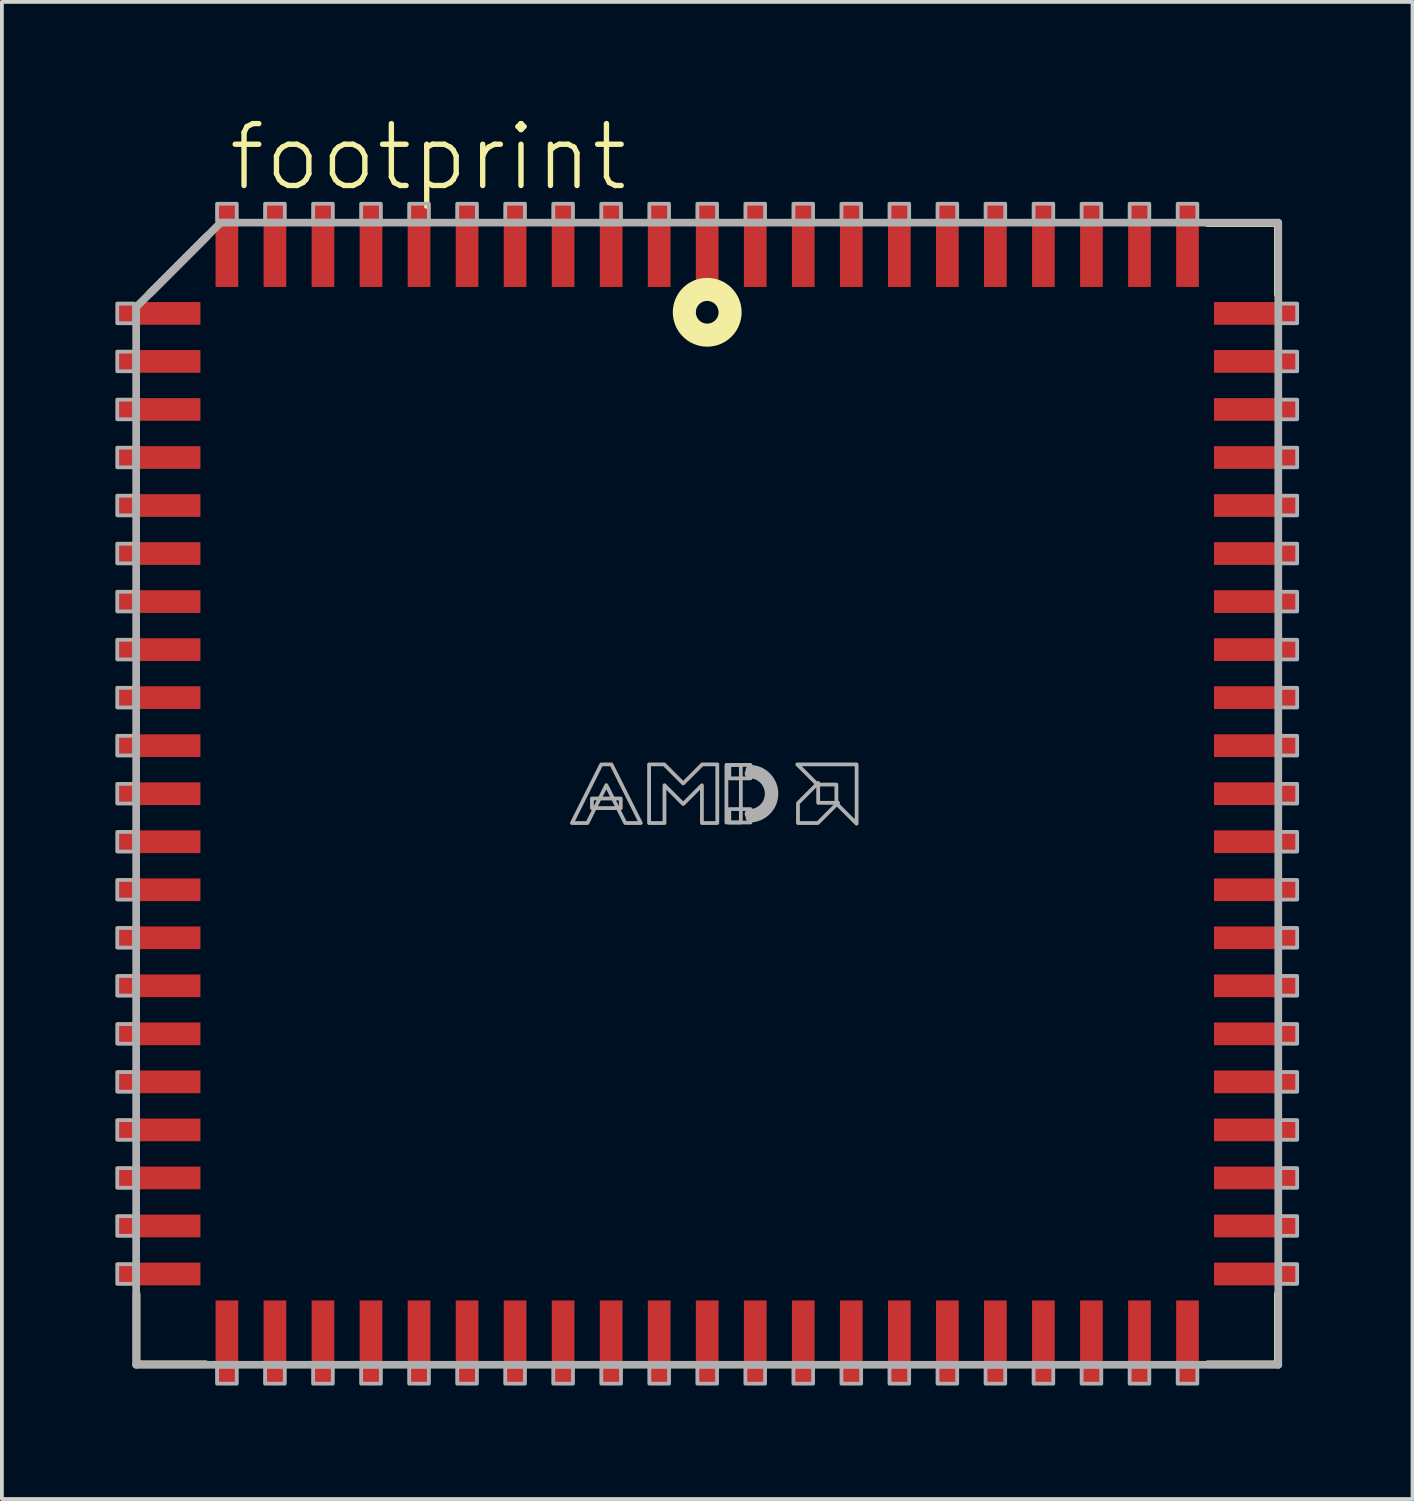
<source format=kicad_pcb>
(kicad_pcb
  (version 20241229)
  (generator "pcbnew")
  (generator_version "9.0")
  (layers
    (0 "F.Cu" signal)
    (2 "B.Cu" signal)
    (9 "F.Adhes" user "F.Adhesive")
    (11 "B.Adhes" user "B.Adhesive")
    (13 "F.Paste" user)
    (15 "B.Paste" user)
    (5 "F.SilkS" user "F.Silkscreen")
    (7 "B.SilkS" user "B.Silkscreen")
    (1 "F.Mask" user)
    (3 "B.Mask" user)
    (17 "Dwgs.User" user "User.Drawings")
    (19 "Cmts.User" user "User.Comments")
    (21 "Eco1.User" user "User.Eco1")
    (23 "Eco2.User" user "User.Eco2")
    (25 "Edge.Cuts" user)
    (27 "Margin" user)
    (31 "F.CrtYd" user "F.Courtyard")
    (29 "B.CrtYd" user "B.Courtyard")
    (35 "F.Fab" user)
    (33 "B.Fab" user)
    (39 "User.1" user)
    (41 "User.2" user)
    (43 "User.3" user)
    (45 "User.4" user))
  (footprint "footprint"
    (layer "F.Cu")
    (at 15.65 17.937)
    (property "Reference" "footprint" (at -12.73 -15.875 0) (layer "F.SilkS") (effects (font (size 1.636 1.636) (thickness 0.142)) (justify left bottom)))
    (fp_line (start -15.088 13.233) (end -15.088 15.088) (stroke (width 0.203) (type solid)) (layer "F.SilkS"))
    (fp_line (start -15.088 15.088) (end -13.259 15.088) (stroke (width 0.203) (type solid)) (layer "F.SilkS"))
    (fp_line (start -14.732 -13.233) (end -13.233 -14.732) (stroke (width 0.203) (type solid)) (layer "F.SilkS"))
    (fp_line (start 15.088 -15.088) (end 13.233 -15.088) (stroke (width 0.203) (type solid)) (layer "F.SilkS"))
    (fp_line (start 15.088 -13.208) (end 15.088 -15.088) (stroke (width 0.203) (type solid)) (layer "F.SilkS"))
    (fp_line (start 15.088 13.233) (end 15.088 15.088) (stroke (width 0.203) (type solid)) (layer "F.SilkS"))
    (fp_line (start 15.088 15.088) (end 13.233 15.088) (stroke (width 0.203) (type solid)) (layer "F.SilkS"))
    (fp_circle (center 0 -12.73) (end 0.3 -12.73) (stroke (width 0.61) (type solid)) (fill no) (layer "F.SilkS"))
    (fp_line (start -15.1 -12.865) (end -15.1 15.1) (stroke (width 0.203) (type solid)) (layer "F.Fab"))
    (fp_line (start -15.1 15.1) (end 15.1 15.1) (stroke (width 0.203) (type solid)) (layer "F.Fab"))
    (fp_line (start -12.865 -15.1) (end -15.1 -12.865) (stroke (width 0.203) (type solid)) (layer "F.Fab"))
    (fp_line (start 15.1 -15.1) (end -12.865 -15.1) (stroke (width 0.203) (type solid)) (layer "F.Fab"))
    (fp_line (start 15.1 15.1) (end 15.1 -15.1) (stroke (width 0.203) (type solid)) (layer "F.Fab"))
    (fp_arc (start 1.1176 -0.7366) (mid 1.8542 0) (end 1.1176 0.7366) (stroke (width 0.0508) (type solid)) (layer "F.Fab"))
    (fp_arc (start 1.1176 -0.635) (mid 1.7526 0) (end 1.1176 0.635) (stroke (width 0.2032) (type solid)) (layer "F.Fab"))
    (fp_arc (start 1.1176 -0.5334) (mid 1.651 0) (end 1.1176 0.5334) (stroke (width 0.254) (type solid)) (layer "F.Fab"))
    (fp_poly (pts (xy -15.6 -12.44) (xy -15.15 -12.44) (xy -15.15 -12.96) (xy -15.6 -12.96)) (stroke (width 0.1) (type solid)) (fill no) (layer "F.Fab"))
    (fp_poly (pts (xy -15.6 -11.17) (xy -15.15 -11.17) (xy -15.15 -11.69) (xy -15.6 -11.69)) (stroke (width 0.1) (type solid)) (fill no) (layer "F.Fab"))
    (fp_poly (pts (xy -15.6 -9.9) (xy -15.15 -9.9) (xy -15.15 -10.42) (xy -15.6 -10.42)) (stroke (width 0.1) (type solid)) (fill no) (layer "F.Fab"))
    (fp_poly (pts (xy -15.6 -8.63) (xy -15.15 -8.63) (xy -15.15 -9.15) (xy -15.6 -9.15)) (stroke (width 0.1) (type solid)) (fill no) (layer "F.Fab"))
    (fp_poly (pts (xy -15.6 -7.36) (xy -15.15 -7.36) (xy -15.15 -7.88) (xy -15.6 -7.88)) (stroke (width 0.1) (type solid)) (fill no) (layer "F.Fab"))
    (fp_poly (pts (xy -15.6 -6.09) (xy -15.15 -6.09) (xy -15.15 -6.61) (xy -15.6 -6.61)) (stroke (width 0.1) (type solid)) (fill no) (layer "F.Fab"))
    (fp_poly (pts (xy -15.6 -4.82) (xy -15.15 -4.82) (xy -15.15 -5.34) (xy -15.6 -5.34)) (stroke (width 0.1) (type solid)) (fill no) (layer "F.Fab"))
    (fp_poly (pts (xy -15.6 -3.55) (xy -15.15 -3.55) (xy -15.15 -4.07) (xy -15.6 -4.07)) (stroke (width 0.1) (type solid)) (fill no) (layer "F.Fab"))
    (fp_poly (pts (xy -15.6 -2.28) (xy -15.15 -2.28) (xy -15.15 -2.8) (xy -15.6 -2.8)) (stroke (width 0.1) (type solid)) (fill no) (layer "F.Fab"))
    (fp_poly (pts (xy -15.6 -1.01) (xy -15.15 -1.01) (xy -15.15 -1.53) (xy -15.6 -1.53)) (stroke (width 0.1) (type solid)) (fill no) (layer "F.Fab"))
    (fp_poly (pts (xy -15.6 0.26) (xy -15.15 0.26) (xy -15.15 -0.26) (xy -15.6 -0.26)) (stroke (width 0.1) (type solid)) (fill no) (layer "F.Fab"))
    (fp_poly (pts (xy -15.6 1.53) (xy -15.15 1.53) (xy -15.15 1.01) (xy -15.6 1.01)) (stroke (width 0.1) (type solid)) (fill no) (layer "F.Fab"))
    (fp_poly (pts (xy -15.6 2.8) (xy -15.15 2.8) (xy -15.15 2.28) (xy -15.6 2.28)) (stroke (width 0.1) (type solid)) (fill no) (layer "F.Fab"))
    (fp_poly (pts (xy -15.6 4.07) (xy -15.15 4.07) (xy -15.15 3.55) (xy -15.6 3.55)) (stroke (width 0.1) (type solid)) (fill no) (layer "F.Fab"))
    (fp_poly (pts (xy -15.6 5.34) (xy -15.15 5.34) (xy -15.15 4.82) (xy -15.6 4.82)) (stroke (width 0.1) (type solid)) (fill no) (layer "F.Fab"))
    (fp_poly (pts (xy -15.6 6.61) (xy -15.15 6.61) (xy -15.15 6.09) (xy -15.6 6.09)) (stroke (width 0.1) (type solid)) (fill no) (layer "F.Fab"))
    (fp_poly (pts (xy -15.6 7.88) (xy -15.15 7.88) (xy -15.15 7.36) (xy -15.6 7.36)) (stroke (width 0.1) (type solid)) (fill no) (layer "F.Fab"))
    (fp_poly (pts (xy -15.6 9.15) (xy -15.15 9.15) (xy -15.15 8.63) (xy -15.6 8.63)) (stroke (width 0.1) (type solid)) (fill no) (layer "F.Fab"))
    (fp_poly (pts (xy -15.6 10.42) (xy -15.15 10.42) (xy -15.15 9.9) (xy -15.6 9.9)) (stroke (width 0.1) (type solid)) (fill no) (layer "F.Fab"))
    (fp_poly (pts (xy -15.6 11.69) (xy -15.15 11.69) (xy -15.15 11.17) (xy -15.6 11.17)) (stroke (width 0.1) (type solid)) (fill no) (layer "F.Fab"))
    (fp_poly (pts (xy -15.6 12.96) (xy -15.15 12.96) (xy -15.15 12.44) (xy -15.6 12.44)) (stroke (width 0.1) (type solid)) (fill no) (layer "F.Fab"))
    (fp_poly (pts (xy -12.96 -15.15) (xy -12.44 -15.15) (xy -12.44 -15.6) (xy -12.96 -15.6)) (stroke (width 0.1) (type solid)) (fill no) (layer "F.Fab"))
    (fp_poly (pts (xy -12.96 15.6) (xy -12.44 15.6) (xy -12.44 15.15) (xy -12.96 15.15)) (stroke (width 0.1) (type solid)) (fill no) (layer "F.Fab"))
    (fp_poly (pts (xy -11.69 -15.15) (xy -11.17 -15.15) (xy -11.17 -15.6) (xy -11.69 -15.6)) (stroke (width 0.1) (type solid)) (fill no) (layer "F.Fab"))
    (fp_poly (pts (xy -11.69 15.6) (xy -11.17 15.6) (xy -11.17 15.15) (xy -11.69 15.15)) (stroke (width 0.1) (type solid)) (fill no) (layer "F.Fab"))
    (fp_poly (pts (xy -10.42 -15.15) (xy -9.9 -15.15) (xy -9.9 -15.6) (xy -10.42 -15.6)) (stroke (width 0.1) (type solid)) (fill no) (layer "F.Fab"))
    (fp_poly (pts (xy -10.42 15.6) (xy -9.9 15.6) (xy -9.9 15.15) (xy -10.42 15.15)) (stroke (width 0.1) (type solid)) (fill no) (layer "F.Fab"))
    (fp_poly (pts (xy -9.15 -15.15) (xy -8.63 -15.15) (xy -8.63 -15.6) (xy -9.15 -15.6)) (stroke (width 0.1) (type solid)) (fill no) (layer "F.Fab"))
    (fp_poly (pts (xy -9.15 15.6) (xy -8.63 15.6) (xy -8.63 15.15) (xy -9.15 15.15)) (stroke (width 0.1) (type solid)) (fill no) (layer "F.Fab"))
    (fp_poly (pts (xy -7.88 -15.15) (xy -7.36 -15.15) (xy -7.36 -15.6) (xy -7.88 -15.6)) (stroke (width 0.1) (type solid)) (fill no) (layer "F.Fab"))
    (fp_poly (pts (xy -7.88 15.6) (xy -7.36 15.6) (xy -7.36 15.15) (xy -7.88 15.15)) (stroke (width 0.1) (type solid)) (fill no) (layer "F.Fab"))
    (fp_poly (pts (xy -6.61 -15.15) (xy -6.09 -15.15) (xy -6.09 -15.6) (xy -6.61 -15.6)) (stroke (width 0.1) (type solid)) (fill no) (layer "F.Fab"))
    (fp_poly (pts (xy -6.61 15.6) (xy -6.09 15.6) (xy -6.09 15.15) (xy -6.61 15.15)) (stroke (width 0.1) (type solid)) (fill no) (layer "F.Fab"))
    (fp_poly (pts (xy -5.34 -15.15) (xy -4.82 -15.15) (xy -4.82 -15.6) (xy -5.34 -15.6)) (stroke (width 0.1) (type solid)) (fill no) (layer "F.Fab"))
    (fp_poly (pts (xy -5.34 15.6) (xy -4.82 15.6) (xy -4.82 15.15) (xy -5.34 15.15)) (stroke (width 0.1) (type solid)) (fill no) (layer "F.Fab"))
    (fp_poly (pts (xy -4.07 -15.15) (xy -3.55 -15.15) (xy -3.55 -15.6) (xy -4.07 -15.6)) (stroke (width 0.1) (type solid)) (fill no) (layer "F.Fab"))
    (fp_poly (pts (xy -4.07 15.6) (xy -3.55 15.6) (xy -3.55 15.15) (xy -4.07 15.15)) (stroke (width 0.1) (type solid)) (fill no) (layer "F.Fab"))
    (fp_poly (pts (xy -3.048 0.381) (xy -2.286 0.381) (xy -2.286 0.127) (xy -3.048 0.127)) (stroke (width 0.1) (type solid)) (fill no) (layer "F.Fab"))
    (fp_poly (pts (xy -2.8 -15.15) (xy -2.28 -15.15) (xy -2.28 -15.6) (xy -2.8 -15.6)) (stroke (width 0.1) (type solid)) (fill no) (layer "F.Fab"))
    (fp_poly (pts (xy -2.8 15.6) (xy -2.28 15.6) (xy -2.28 15.15) (xy -2.8 15.15)) (stroke (width 0.1) (type solid)) (fill no) (layer "F.Fab"))
    (fp_poly (pts (xy -1.53 -15.15) (xy -1.01 -15.15) (xy -1.01 -15.6) (xy -1.53 -15.6)) (stroke (width 0.1) (type solid)) (fill no) (layer "F.Fab"))
    (fp_poly (pts (xy -1.53 15.6) (xy -1.01 15.6) (xy -1.01 15.15) (xy -1.53 15.15)) (stroke (width 0.1) (type solid)) (fill no) (layer "F.Fab"))
    (fp_poly (pts (xy -0.26 -15.15) (xy 0.26 -15.15) (xy 0.26 -15.6) (xy -0.26 -15.6)) (stroke (width 0.1) (type solid)) (fill no) (layer "F.Fab"))
    (fp_poly (pts (xy -0.26 15.6) (xy 0.26 15.6) (xy 0.26 15.15) (xy -0.26 15.15)) (stroke (width 0.1) (type solid)) (fill no) (layer "F.Fab"))
    (fp_poly (pts (xy 0.508 0.762) (xy 0.889 0.762) (xy 0.889 -0.762) (xy 0.508 -0.762)) (stroke (width 0.1) (type solid)) (fill no) (layer "F.Fab"))
    (fp_poly (pts (xy 0.584 -0.406) (xy 1.143 -0.406) (xy 1.143 -0.762) (xy 0.584 -0.762)) (stroke (width 0.1) (type solid)) (fill no) (layer "F.Fab"))
    (fp_poly (pts (xy 0.584 0.762) (xy 1.143 0.762) (xy 1.143 0.406) (xy 0.584 0.406)) (stroke (width 0.1) (type solid)) (fill no) (layer "F.Fab"))
    (fp_poly (pts (xy 1.01 -15.15) (xy 1.53 -15.15) (xy 1.53 -15.6) (xy 1.01 -15.6)) (stroke (width 0.1) (type solid)) (fill no) (layer "F.Fab"))
    (fp_poly (pts (xy 1.01 15.6) (xy 1.53 15.6) (xy 1.53 15.15) (xy 1.01 15.15)) (stroke (width 0.1) (type solid)) (fill no) (layer "F.Fab"))
    (fp_poly (pts (xy 2.28 -15.15) (xy 2.8 -15.15) (xy 2.8 -15.6) (xy 2.28 -15.6)) (stroke (width 0.1) (type solid)) (fill no) (layer "F.Fab"))
    (fp_poly (pts (xy 2.28 15.6) (xy 2.8 15.6) (xy 2.8 15.15) (xy 2.28 15.15)) (stroke (width 0.1) (type solid)) (fill no) (layer "F.Fab"))
    (fp_poly (pts (xy 3.55 -15.15) (xy 4.07 -15.15) (xy 4.07 -15.6) (xy 3.55 -15.6)) (stroke (width 0.1) (type solid)) (fill no) (layer "F.Fab"))
    (fp_poly (pts (xy 3.55 15.6) (xy 4.07 15.6) (xy 4.07 15.15) (xy 3.55 15.15)) (stroke (width 0.1) (type solid)) (fill no) (layer "F.Fab"))
    (fp_poly (pts (xy 4.82 -15.15) (xy 5.34 -15.15) (xy 5.34 -15.6) (xy 4.82 -15.6)) (stroke (width 0.1) (type solid)) (fill no) (layer "F.Fab"))
    (fp_poly (pts (xy 4.82 15.6) (xy 5.34 15.6) (xy 5.34 15.15) (xy 4.82 15.15)) (stroke (width 0.1) (type solid)) (fill no) (layer "F.Fab"))
    (fp_poly (pts (xy 6.09 -15.15) (xy 6.61 -15.15) (xy 6.61 -15.6) (xy 6.09 -15.6)) (stroke (width 0.1) (type solid)) (fill no) (layer "F.Fab"))
    (fp_poly (pts (xy 6.09 15.6) (xy 6.61 15.6) (xy 6.61 15.15) (xy 6.09 15.15)) (stroke (width 0.1) (type solid)) (fill no) (layer "F.Fab"))
    (fp_poly (pts (xy 7.36 -15.15) (xy 7.88 -15.15) (xy 7.88 -15.6) (xy 7.36 -15.6)) (stroke (width 0.1) (type solid)) (fill no) (layer "F.Fab"))
    (fp_poly (pts (xy 7.36 15.6) (xy 7.88 15.6) (xy 7.88 15.15) (xy 7.36 15.15)) (stroke (width 0.1) (type solid)) (fill no) (layer "F.Fab"))
    (fp_poly (pts (xy 8.63 -15.15) (xy 9.15 -15.15) (xy 9.15 -15.6) (xy 8.63 -15.6)) (stroke (width 0.1) (type solid)) (fill no) (layer "F.Fab"))
    (fp_poly (pts (xy 8.63 15.6) (xy 9.15 15.6) (xy 9.15 15.15) (xy 8.63 15.15)) (stroke (width 0.1) (type solid)) (fill no) (layer "F.Fab"))
    (fp_poly (pts (xy 9.9 -15.15) (xy 10.42 -15.15) (xy 10.42 -15.6) (xy 9.9 -15.6)) (stroke (width 0.1) (type solid)) (fill no) (layer "F.Fab"))
    (fp_poly (pts (xy 9.9 15.6) (xy 10.42 15.6) (xy 10.42 15.15) (xy 9.9 15.15)) (stroke (width 0.1) (type solid)) (fill no) (layer "F.Fab"))
    (fp_poly (pts (xy 11.17 -15.15) (xy 11.69 -15.15) (xy 11.69 -15.6) (xy 11.17 -15.6)) (stroke (width 0.1) (type solid)) (fill no) (layer "F.Fab"))
    (fp_poly (pts (xy 11.17 15.6) (xy 11.69 15.6) (xy 11.69 15.15) (xy 11.17 15.15)) (stroke (width 0.1) (type solid)) (fill no) (layer "F.Fab"))
    (fp_poly (pts (xy 12.44 -15.15) (xy 12.96 -15.15) (xy 12.96 -15.6) (xy 12.44 -15.6)) (stroke (width 0.1) (type solid)) (fill no) (layer "F.Fab"))
    (fp_poly (pts (xy 12.44 15.6) (xy 12.96 15.6) (xy 12.96 15.15) (xy 12.44 15.15)) (stroke (width 0.1) (type solid)) (fill no) (layer "F.Fab"))
    (fp_poly (pts (xy 15.15 -12.44) (xy 15.6 -12.44) (xy 15.6 -12.96) (xy 15.15 -12.96)) (stroke (width 0.1) (type solid)) (fill no) (layer "F.Fab"))
    (fp_poly (pts (xy 15.15 -11.17) (xy 15.6 -11.17) (xy 15.6 -11.69) (xy 15.15 -11.69)) (stroke (width 0.1) (type solid)) (fill no) (layer "F.Fab"))
    (fp_poly (pts (xy 15.15 -9.9) (xy 15.6 -9.9) (xy 15.6 -10.42) (xy 15.15 -10.42)) (stroke (width 0.1) (type solid)) (fill no) (layer "F.Fab"))
    (fp_poly (pts (xy 15.15 -8.63) (xy 15.6 -8.63) (xy 15.6 -9.15) (xy 15.15 -9.15)) (stroke (width 0.1) (type solid)) (fill no) (layer "F.Fab"))
    (fp_poly (pts (xy 15.15 -7.36) (xy 15.6 -7.36) (xy 15.6 -7.88) (xy 15.15 -7.88)) (stroke (width 0.1) (type solid)) (fill no) (layer "F.Fab"))
    (fp_poly (pts (xy 15.15 -6.09) (xy 15.6 -6.09) (xy 15.6 -6.61) (xy 15.15 -6.61)) (stroke (width 0.1) (type solid)) (fill no) (layer "F.Fab"))
    (fp_poly (pts (xy 15.15 -4.82) (xy 15.6 -4.82) (xy 15.6 -5.34) (xy 15.15 -5.34)) (stroke (width 0.1) (type solid)) (fill no) (layer "F.Fab"))
    (fp_poly (pts (xy 15.15 -3.55) (xy 15.6 -3.55) (xy 15.6 -4.07) (xy 15.15 -4.07)) (stroke (width 0.1) (type solid)) (fill no) (layer "F.Fab"))
    (fp_poly (pts (xy 15.15 -2.28) (xy 15.6 -2.28) (xy 15.6 -2.8) (xy 15.15 -2.8)) (stroke (width 0.1) (type solid)) (fill no) (layer "F.Fab"))
    (fp_poly (pts (xy 15.15 -1.01) (xy 15.6 -1.01) (xy 15.6 -1.53) (xy 15.15 -1.53)) (stroke (width 0.1) (type solid)) (fill no) (layer "F.Fab"))
    (fp_poly (pts (xy 15.15 0.26) (xy 15.6 0.26) (xy 15.6 -0.26) (xy 15.15 -0.26)) (stroke (width 0.1) (type solid)) (fill no) (layer "F.Fab"))
    (fp_poly (pts (xy 15.15 1.53) (xy 15.6 1.53) (xy 15.6 1.01) (xy 15.15 1.01)) (stroke (width 0.1) (type solid)) (fill no) (layer "F.Fab"))
    (fp_poly (pts (xy 15.15 2.8) (xy 15.6 2.8) (xy 15.6 2.28) (xy 15.15 2.28)) (stroke (width 0.1) (type solid)) (fill no) (layer "F.Fab"))
    (fp_poly (pts (xy 15.15 4.07) (xy 15.6 4.07) (xy 15.6 3.55) (xy 15.15 3.55)) (stroke (width 0.1) (type solid)) (fill no) (layer "F.Fab"))
    (fp_poly (pts (xy 15.15 5.34) (xy 15.6 5.34) (xy 15.6 4.82) (xy 15.15 4.82)) (stroke (width 0.1) (type solid)) (fill no) (layer "F.Fab"))
    (fp_poly (pts (xy 15.15 6.61) (xy 15.6 6.61) (xy 15.6 6.09) (xy 15.15 6.09)) (stroke (width 0.1) (type solid)) (fill no) (layer "F.Fab"))
    (fp_poly (pts (xy 15.15 7.88) (xy 15.6 7.88) (xy 15.6 7.36) (xy 15.15 7.36)) (stroke (width 0.1) (type solid)) (fill no) (layer "F.Fab"))
    (fp_poly (pts (xy 15.15 9.15) (xy 15.6 9.15) (xy 15.6 8.63) (xy 15.15 8.63)) (stroke (width 0.1) (type solid)) (fill no) (layer "F.Fab"))
    (fp_poly (pts (xy 15.15 10.42) (xy 15.6 10.42) (xy 15.6 9.9) (xy 15.15 9.9)) (stroke (width 0.1) (type solid)) (fill no) (layer "F.Fab"))
    (fp_poly (pts (xy 15.15 11.69) (xy 15.6 11.69) (xy 15.6 11.17) (xy 15.15 11.17)) (stroke (width 0.1) (type solid)) (fill no) (layer "F.Fab"))
    (fp_poly (pts (xy 15.15 12.96) (xy 15.6 12.96) (xy 15.6 12.44) (xy 15.15 12.44)) (stroke (width 0.1) (type solid)) (fill no) (layer "F.Fab"))
    (fp_poly (pts (xy 2.934 0.241) (xy 3.46 0.241) (xy 2.926 0.775) (xy 2.4 0.775) (xy 2.4 0.249) (xy 2.934 -0.285)) (stroke (width 0.1) (type solid)) (fill no) (layer "F.Fab"))
    (fp_poly (pts (xy 3.95 0.793) (xy 3.416 0.259) (xy 3.416 -0.241) (xy 2.916 -0.241) (xy 2.382 -0.775) (xy 3.95 -0.775)) (stroke (width 0.1) (type solid)) (fill no) (layer "F.Fab"))
    (fp_poly (pts (xy -1.757 0.775) (xy -2.167 0.775) (xy -2.667 -0.226) (xy -3.167 0.775) (xy -3.577 0.775) (xy -2.802 -0.775) (xy -2.532 -0.775)) (stroke (width 0.1) (type solid)) (fill no) (layer "F.Fab"))
    (fp_poly (pts (xy -0.635 -0.272) (xy -0.132 -0.775) (xy 0.267 -0.775) (xy 0.267 0.775) (xy -0.14 0.775) (xy -0.14 -0.223) (xy -0.635 0.272) (xy -1.13 -0.223) (xy -1.13 0.775) (xy -1.537 0.775) (xy -1.537 -0.775) (xy -1.138 -0.775)) (stroke (width 0.1) (type solid)) (fill no) (layer "F.Fab"))
    (pad "1" smd rect (at 0 -14.5) (size 0.6 2.2) (layers "F.Cu" "F.Mask" "F.Paste"))
    (pad "2" smd rect (at -1.27 -14.5) (size 0.6 2.2) (layers "F.Cu" "F.Mask" "F.Paste"))
    (pad "3" smd rect (at -2.54 -14.5) (size 0.6 2.2) (layers "F.Cu" "F.Mask" "F.Paste"))
    (pad "4" smd rect (at -3.81 -14.5) (size 0.6 2.2) (layers "F.Cu" "F.Mask" "F.Paste"))
    (pad "5" smd rect (at -5.08 -14.5) (size 0.6 2.2) (layers "F.Cu" "F.Mask" "F.Paste"))
    (pad "6" smd rect (at -6.35 -14.5) (size 0.6 2.2) (layers "F.Cu" "F.Mask" "F.Paste"))
    (pad "7" smd rect (at -7.62 -14.5) (size 0.6 2.2) (layers "F.Cu" "F.Mask" "F.Paste"))
    (pad "8" smd rect (at -8.89 -14.5) (size 0.6 2.2) (layers "F.Cu" "F.Mask" "F.Paste"))
    (pad "9" smd rect (at -10.16 -14.5) (size 0.6 2.2) (layers "F.Cu" "F.Mask" "F.Paste"))
    (pad "10" smd rect (at -11.43 -14.5) (size 0.6 2.2) (layers "F.Cu" "F.Mask" "F.Paste"))
    (pad "11" smd rect (at -12.7 -14.5) (size 0.6 2.2) (layers "F.Cu" "F.Mask" "F.Paste"))
    (pad "12" smd rect (at -14.5 -12.7) (size 2.2 0.6) (layers "F.Cu" "F.Mask" "F.Paste"))
    (pad "13" smd rect (at -14.5 -11.43) (size 2.2 0.6) (layers "F.Cu" "F.Mask" "F.Paste"))
    (pad "14" smd rect (at -14.5 -10.16) (size 2.2 0.6) (layers "F.Cu" "F.Mask" "F.Paste"))
    (pad "15" smd rect (at -14.5 -8.89) (size 2.2 0.6) (layers "F.Cu" "F.Mask" "F.Paste"))
    (pad "16" smd rect (at -14.5 -7.62) (size 2.2 0.6) (layers "F.Cu" "F.Mask" "F.Paste"))
    (pad "17" smd rect (at -14.5 -6.35) (size 2.2 0.6) (layers "F.Cu" "F.Mask" "F.Paste"))
    (pad "18" smd rect (at -14.5 -5.08) (size 2.2 0.6) (layers "F.Cu" "F.Mask" "F.Paste"))
    (pad "19" smd rect (at -14.5 -3.81) (size 2.2 0.6) (layers "F.Cu" "F.Mask" "F.Paste"))
    (pad "20" smd rect (at -14.5 -2.54) (size 2.2 0.6) (layers "F.Cu" "F.Mask" "F.Paste"))
    (pad "21" smd rect (at -14.5 -1.27) (size 2.2 0.6) (layers "F.Cu" "F.Mask" "F.Paste"))
    (pad "22" smd rect (at -14.5 0) (size 2.2 0.6) (layers "F.Cu" "F.Mask" "F.Paste"))
    (pad "23" smd rect (at -14.5 1.27) (size 2.2 0.6) (layers "F.Cu" "F.Mask" "F.Paste"))
    (pad "24" smd rect (at -14.5 2.54) (size 2.2 0.6) (layers "F.Cu" "F.Mask" "F.Paste"))
    (pad "25" smd rect (at -14.5 3.81) (size 2.2 0.6) (layers "F.Cu" "F.Mask" "F.Paste"))
    (pad "26" smd rect (at -14.5 5.08) (size 2.2 0.6) (layers "F.Cu" "F.Mask" "F.Paste"))
    (pad "27" smd rect (at -14.5 6.35) (size 2.2 0.6) (layers "F.Cu" "F.Mask" "F.Paste"))
    (pad "28" smd rect (at -14.5 7.62) (size 2.2 0.6) (layers "F.Cu" "F.Mask" "F.Paste"))
    (pad "29" smd rect (at -14.5 8.89) (size 2.2 0.6) (layers "F.Cu" "F.Mask" "F.Paste"))
    (pad "30" smd rect (at -14.5 10.16) (size 2.2 0.6) (layers "F.Cu" "F.Mask" "F.Paste"))
    (pad "31" smd rect (at -14.5 11.43) (size 2.2 0.6) (layers "F.Cu" "F.Mask" "F.Paste"))
    (pad "32" smd rect (at -14.5 12.7) (size 2.2 0.6) (layers "F.Cu" "F.Mask" "F.Paste"))
    (pad "33" smd rect (at -12.7 14.5) (size 0.6 2.2) (layers "F.Cu" "F.Mask" "F.Paste"))
    (pad "34" smd rect (at -11.43 14.5) (size 0.6 2.2) (layers "F.Cu" "F.Mask" "F.Paste"))
    (pad "35" smd rect (at -10.16 14.5) (size 0.6 2.2) (layers "F.Cu" "F.Mask" "F.Paste"))
    (pad "36" smd rect (at -8.89 14.5) (size 0.6 2.2) (layers "F.Cu" "F.Mask" "F.Paste"))
    (pad "37" smd rect (at -7.62 14.5) (size 0.6 2.2) (layers "F.Cu" "F.Mask" "F.Paste"))
    (pad "38" smd rect (at -6.35 14.5) (size 0.6 2.2) (layers "F.Cu" "F.Mask" "F.Paste"))
    (pad "39" smd rect (at -5.08 14.5) (size 0.6 2.2) (layers "F.Cu" "F.Mask" "F.Paste"))
    (pad "40" smd rect (at -3.81 14.5) (size 0.6 2.2) (layers "F.Cu" "F.Mask" "F.Paste"))
    (pad "41" smd rect (at -2.54 14.5) (size 0.6 2.2) (layers "F.Cu" "F.Mask" "F.Paste"))
    (pad "42" smd rect (at -1.27 14.5) (size 0.6 2.2) (layers "F.Cu" "F.Mask" "F.Paste"))
    (pad "43" smd rect (at 0 14.5) (size 0.6 2.2) (layers "F.Cu" "F.Mask" "F.Paste"))
    (pad "44" smd rect (at 1.27 14.5) (size 0.6 2.2) (layers "F.Cu" "F.Mask" "F.Paste"))
    (pad "45" smd rect (at 2.54 14.5) (size 0.6 2.2) (layers "F.Cu" "F.Mask" "F.Paste"))
    (pad "46" smd rect (at 3.81 14.5) (size 0.6 2.2) (layers "F.Cu" "F.Mask" "F.Paste"))
    (pad "47" smd rect (at 5.08 14.5) (size 0.6 2.2) (layers "F.Cu" "F.Mask" "F.Paste"))
    (pad "48" smd rect (at 6.35 14.5) (size 0.6 2.2) (layers "F.Cu" "F.Mask" "F.Paste"))
    (pad "49" smd rect (at 7.62 14.5) (size 0.6 2.2) (layers "F.Cu" "F.Mask" "F.Paste"))
    (pad "50" smd rect (at 8.89 14.5) (size 0.6 2.2) (layers "F.Cu" "F.Mask" "F.Paste"))
    (pad "51" smd rect (at 10.16 14.5) (size 0.6 2.2) (layers "F.Cu" "F.Mask" "F.Paste"))
    (pad "52" smd rect (at 11.43 14.5) (size 0.6 2.2) (layers "F.Cu" "F.Mask" "F.Paste"))
    (pad "53" smd rect (at 12.7 14.5) (size 0.6 2.2) (layers "F.Cu" "F.Mask" "F.Paste"))
    (pad "54" smd rect (at 14.5 12.7) (size 2.2 0.6) (layers "F.Cu" "F.Mask" "F.Paste"))
    (pad "55" smd rect (at 14.5 11.43) (size 2.2 0.6) (layers "F.Cu" "F.Mask" "F.Paste"))
    (pad "56" smd rect (at 14.5 10.16) (size 2.2 0.6) (layers "F.Cu" "F.Mask" "F.Paste"))
    (pad "57" smd rect (at 14.5 8.89) (size 2.2 0.6) (layers "F.Cu" "F.Mask" "F.Paste"))
    (pad "58" smd rect (at 14.5 7.62) (size 2.2 0.6) (layers "F.Cu" "F.Mask" "F.Paste"))
    (pad "59" smd rect (at 14.5 6.35) (size 2.2 0.6) (layers "F.Cu" "F.Mask" "F.Paste"))
    (pad "60" smd rect (at 14.5 5.08) (size 2.2 0.6) (layers "F.Cu" "F.Mask" "F.Paste"))
    (pad "61" smd rect (at 14.5 3.81) (size 2.2 0.6) (layers "F.Cu" "F.Mask" "F.Paste"))
    (pad "62" smd rect (at 14.5 2.54) (size 2.2 0.6) (layers "F.Cu" "F.Mask" "F.Paste"))
    (pad "63" smd rect (at 14.5 1.27) (size 2.2 0.6) (layers "F.Cu" "F.Mask" "F.Paste"))
    (pad "64" smd rect (at 14.5 0) (size 2.2 0.6) (layers "F.Cu" "F.Mask" "F.Paste"))
    (pad "65" smd rect (at 14.5 -1.27) (size 2.2 0.6) (layers "F.Cu" "F.Mask" "F.Paste"))
    (pad "66" smd rect (at 14.5 -2.54) (size 2.2 0.6) (layers "F.Cu" "F.Mask" "F.Paste"))
    (pad "67" smd rect (at 14.5 -3.81) (size 2.2 0.6) (layers "F.Cu" "F.Mask" "F.Paste"))
    (pad "68" smd rect (at 14.5 -5.08) (size 2.2 0.6) (layers "F.Cu" "F.Mask" "F.Paste"))
    (pad "69" smd rect (at 14.5 -6.35) (size 2.2 0.6) (layers "F.Cu" "F.Mask" "F.Paste"))
    (pad "70" smd rect (at 14.5 -7.62) (size 2.2 0.6) (layers "F.Cu" "F.Mask" "F.Paste"))
    (pad "71" smd rect (at 14.5 -8.89) (size 2.2 0.6) (layers "F.Cu" "F.Mask" "F.Paste"))
    (pad "72" smd rect (at 14.5 -10.16) (size 2.2 0.6) (layers "F.Cu" "F.Mask" "F.Paste"))
    (pad "73" smd rect (at 14.5 -11.43) (size 2.2 0.6) (layers "F.Cu" "F.Mask" "F.Paste"))
    (pad "74" smd rect (at 14.5 -12.7) (size 2.2 0.6) (layers "F.Cu" "F.Mask" "F.Paste"))
    (pad "75" smd rect (at 12.7 -14.5) (size 0.6 2.2) (layers "F.Cu" "F.Mask" "F.Paste"))
    (pad "76" smd rect (at 11.43 -14.5) (size 0.6 2.2) (layers "F.Cu" "F.Mask" "F.Paste"))
    (pad "77" smd rect (at 10.16 -14.5) (size 0.6 2.2) (layers "F.Cu" "F.Mask" "F.Paste"))
    (pad "78" smd rect (at 8.89 -14.5) (size 0.6 2.2) (layers "F.Cu" "F.Mask" "F.Paste"))
    (pad "79" smd rect (at 7.62 -14.5) (size 0.6 2.2) (layers "F.Cu" "F.Mask" "F.Paste"))
    (pad "80" smd rect (at 6.35 -14.5) (size 0.6 2.2) (layers "F.Cu" "F.Mask" "F.Paste"))
    (pad "81" smd rect (at 5.08 -14.5) (size 0.6 2.2) (layers "F.Cu" "F.Mask" "F.Paste"))
    (pad "82" smd rect (at 3.81 -14.5) (size 0.6 2.2) (layers "F.Cu" "F.Mask" "F.Paste"))
    (pad "83" smd rect (at 2.54 -14.5) (size 0.6 2.2) (layers "F.Cu" "F.Mask" "F.Paste"))
    (pad "84" smd rect (at 1.27 -14.5) (size 0.6 2.2) (layers "F.Cu" "F.Mask" "F.Paste")))
  (gr_rect
    (start -3 -3)
    (end 34.3 36.587)
    (stroke (width 0.1) (type default))
    (fill no)
    (layer "Edge.Cuts")))
</source>
